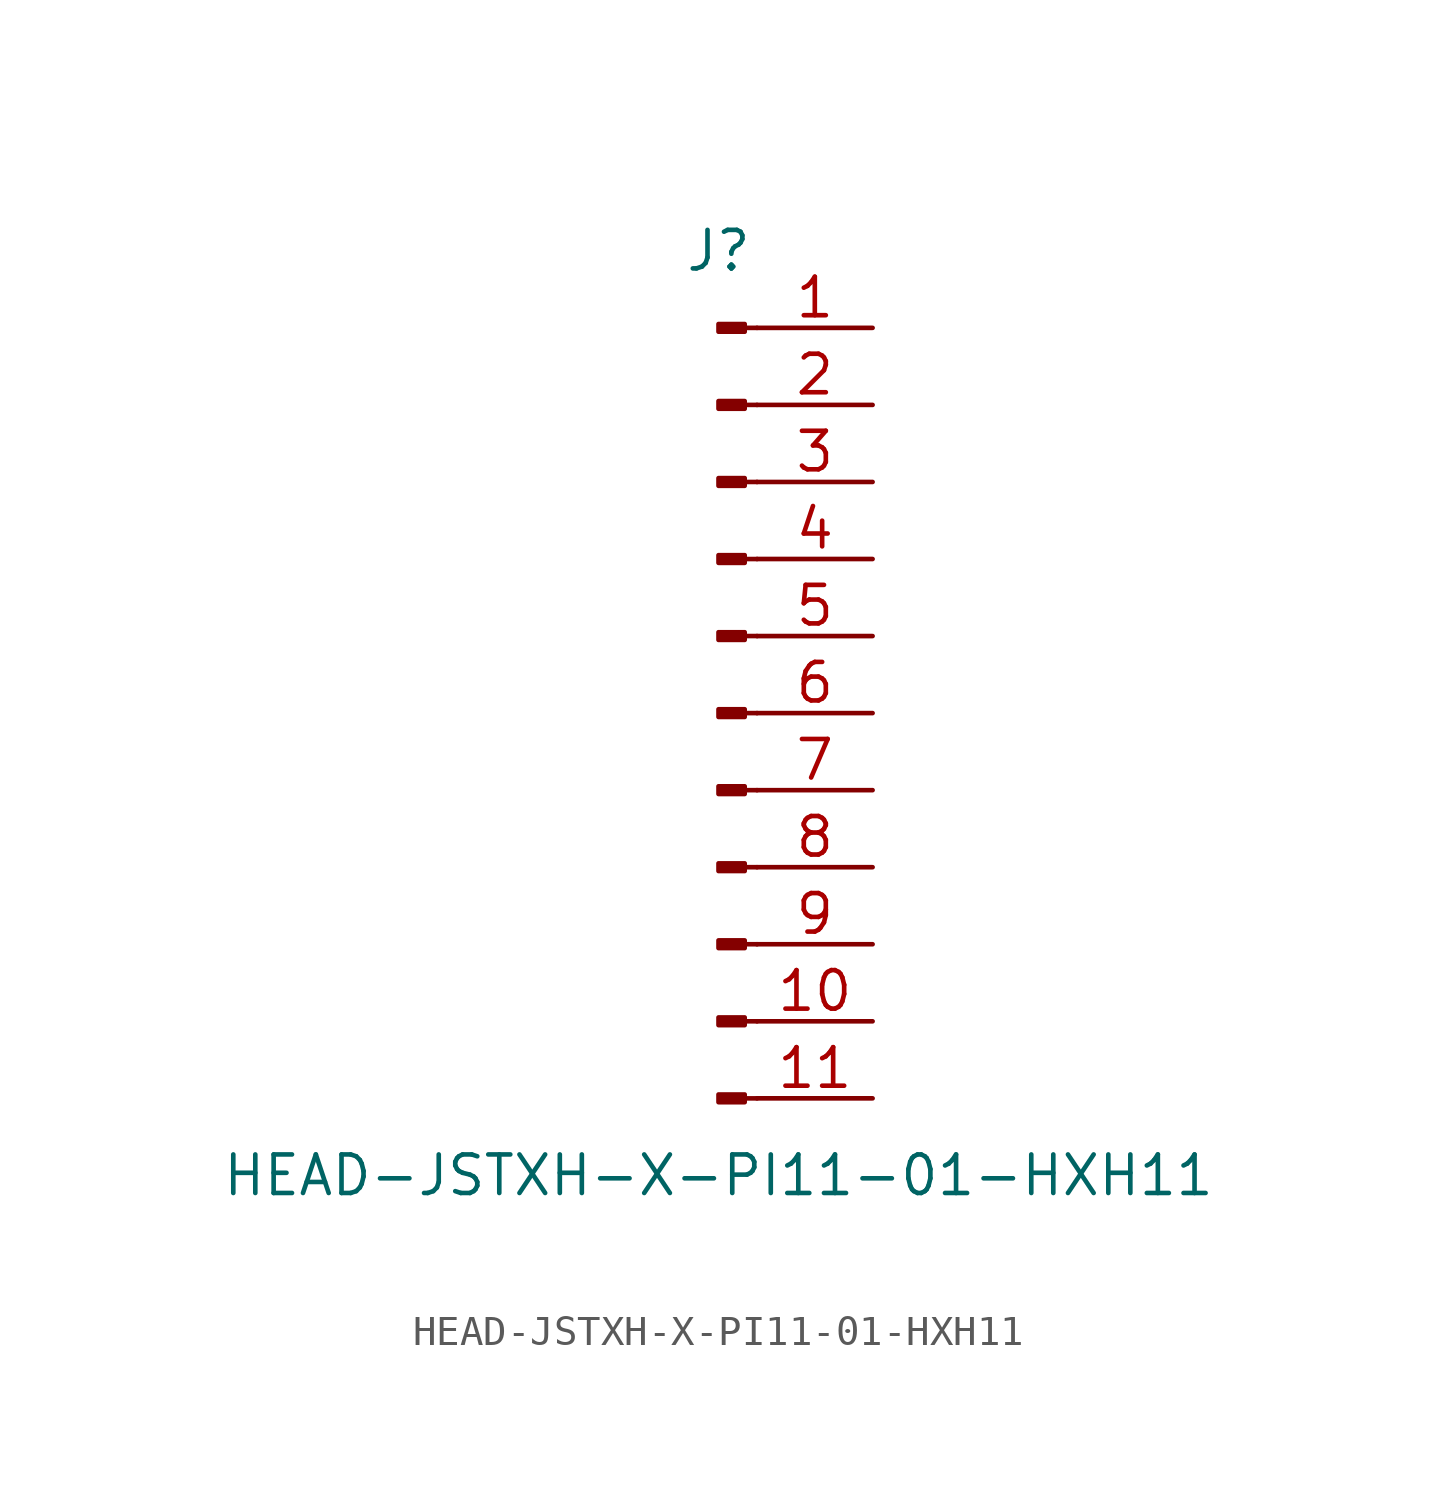
<source format=kicad_sym>
(kicad_symbol_lib
  (version 20211014)
  (generator kicad_symbol_editor)
  (symbol "HEAD-JSTXH-X-PI11-01-HXH11"
    (pin_names
      (offset 1.016) hide)
    (property "Reference" "J"
      (at 0 15.24 0)
      (effects (font (size 1.27 1.27))))
    (property "Value" "HEAD-JSTXH-X-PI11-01-HXH11"
      (at 0 -15.24 0)
      (effects (font (size 1.27 1.27))))
    (symbol "HEAD-JSTXH-X-PI11-01-HXH11_1_1"
      (polyline (pts (xy 1.27 -12.7) (xy 0.864 -12.7)) (stroke (width 0.152) (type default) (color 0 0 0 0)) (fill (type none)))
      (polyline (pts (xy 1.27 -10.16) (xy 0.864 -10.16)) (stroke (width 0.152) (type default) (color 0 0 0 0)) (fill (type none)))
      (polyline (pts (xy 1.27 -7.62) (xy 0.864 -7.62)) (stroke (width 0.152) (type default) (color 0 0 0 0)) (fill (type none)))
      (polyline (pts (xy 1.27 -5.08) (xy 0.864 -5.08)) (stroke (width 0.152) (type default) (color 0 0 0 0)) (fill (type none)))
      (polyline (pts (xy 1.27 -2.54) (xy 0.864 -2.54)) (stroke (width 0.152) (type default) (color 0 0 0 0)) (fill (type none)))
      (polyline (pts (xy 1.27 0) (xy 0.864 0)) (stroke (width 0.152) (type default) (color 0 0 0 0)) (fill (type none)))
      (polyline (pts (xy 1.27 2.54) (xy 0.864 2.54)) (stroke (width 0.152) (type default) (color 0 0 0 0)) (fill (type none)))
      (polyline (pts (xy 1.27 5.08) (xy 0.864 5.08)) (stroke (width 0.152) (type default) (color 0 0 0 0)) (fill (type none)))
      (polyline (pts (xy 1.27 7.62) (xy 0.864 7.62)) (stroke (width 0.152) (type default) (color 0 0 0 0)) (fill (type none)))
      (polyline (pts (xy 1.27 10.16) (xy 0.864 10.16)) (stroke (width 0.152) (type default) (color 0 0 0 0)) (fill (type none)))
      (polyline (pts (xy 1.27 12.7) (xy 0.864 12.7)) (stroke (width 0.152) (type default) (color 0 0 0 0)) (fill (type none)))
      (rectangle (start 0.864 -12.573) (end 0 -12.827) (stroke (width 0.152) (type default) (color 0 0 0 0)) (fill (type outline)))
      (rectangle (start 0.864 -10.033) (end 0 -10.287) (stroke (width 0.152) (type default) (color 0 0 0 0)) (fill (type outline)))
      (rectangle (start 0.864 -7.493) (end 0 -7.747) (stroke (width 0.152) (type default) (color 0 0 0 0)) (fill (type outline)))
      (rectangle (start 0.864 -4.953) (end 0 -5.207) (stroke (width 0.152) (type default) (color 0 0 0 0)) (fill (type outline)))
      (rectangle (start 0.864 -2.413) (end 0 -2.667) (stroke (width 0.152) (type default) (color 0 0 0 0)) (fill (type outline)))
      (rectangle (start 0.864 0.127) (end 0 -0.127) (stroke (width 0.152) (type default) (color 0 0 0 0)) (fill (type outline)))
      (rectangle (start 0.864 2.667) (end 0 2.413) (stroke (width 0.152) (type default) (color 0 0 0 0)) (fill (type outline)))
      (rectangle (start 0.864 5.207) (end 0 4.953) (stroke (width 0.152) (type default) (color 0 0 0 0)) (fill (type outline)))
      (rectangle (start 0.864 7.747) (end 0 7.493) (stroke (width 0.152) (type default) (color 0 0 0 0)) (fill (type outline)))
      (rectangle (start 0.864 10.287) (end 0 10.033) (stroke (width 0.152) (type default) (color 0 0 0 0)) (fill (type outline)))
      (rectangle (start 0.864 12.827) (end 0 12.573) (stroke (width 0.152) (type default) (color 0 0 0 0)) (fill (type outline)))
      (pin passive line (at 5.08 12.7 180) (length 3.81) (name "Pin_1" (effects (font (size 1.27 1.27)))) (number "1" (effects (font (size 1.27 1.27)))))
      (pin passive line (at 5.08 -10.16 180) (length 3.81) (name "Pin_10" (effects (font (size 1.27 1.27)))) (number "10" (effects (font (size 1.27 1.27)))))
      (pin passive line (at 5.08 -12.7 180) (length 3.81) (name "Pin_11" (effects (font (size 1.27 1.27)))) (number "11" (effects (font (size 1.27 1.27)))))
      (pin passive line (at 5.08 10.16 180) (length 3.81) (name "Pin_2" (effects (font (size 1.27 1.27)))) (number "2" (effects (font (size 1.27 1.27)))))
      (pin passive line (at 5.08 7.62 180) (length 3.81) (name "Pin_3" (effects (font (size 1.27 1.27)))) (number "3" (effects (font (size 1.27 1.27)))))
      (pin passive line (at 5.08 5.08 180) (length 3.81) (name "Pin_4" (effects (font (size 1.27 1.27)))) (number "4" (effects (font (size 1.27 1.27)))))
      (pin passive line (at 5.08 2.54 180) (length 3.81) (name "Pin_5" (effects (font (size 1.27 1.27)))) (number "5" (effects (font (size 1.27 1.27)))))
      (pin passive line (at 5.08 0 180) (length 3.81) (name "Pin_6" (effects (font (size 1.27 1.27)))) (number "6" (effects (font (size 1.27 1.27)))))
      (pin passive line (at 5.08 -2.54 180) (length 3.81) (name "Pin_7" (effects (font (size 1.27 1.27)))) (number "7" (effects (font (size 1.27 1.27)))))
      (pin passive line (at 5.08 -5.08 180) (length 3.81) (name "Pin_8" (effects (font (size 1.27 1.27)))) (number "8" (effects (font (size 1.27 1.27)))))
      (pin passive line (at 5.08 -7.62 180) (length 3.81) (name "Pin_9" (effects (font (size 1.27 1.27)))) (number "9" (effects (font (size 1.27 1.27))))))))
</source>
